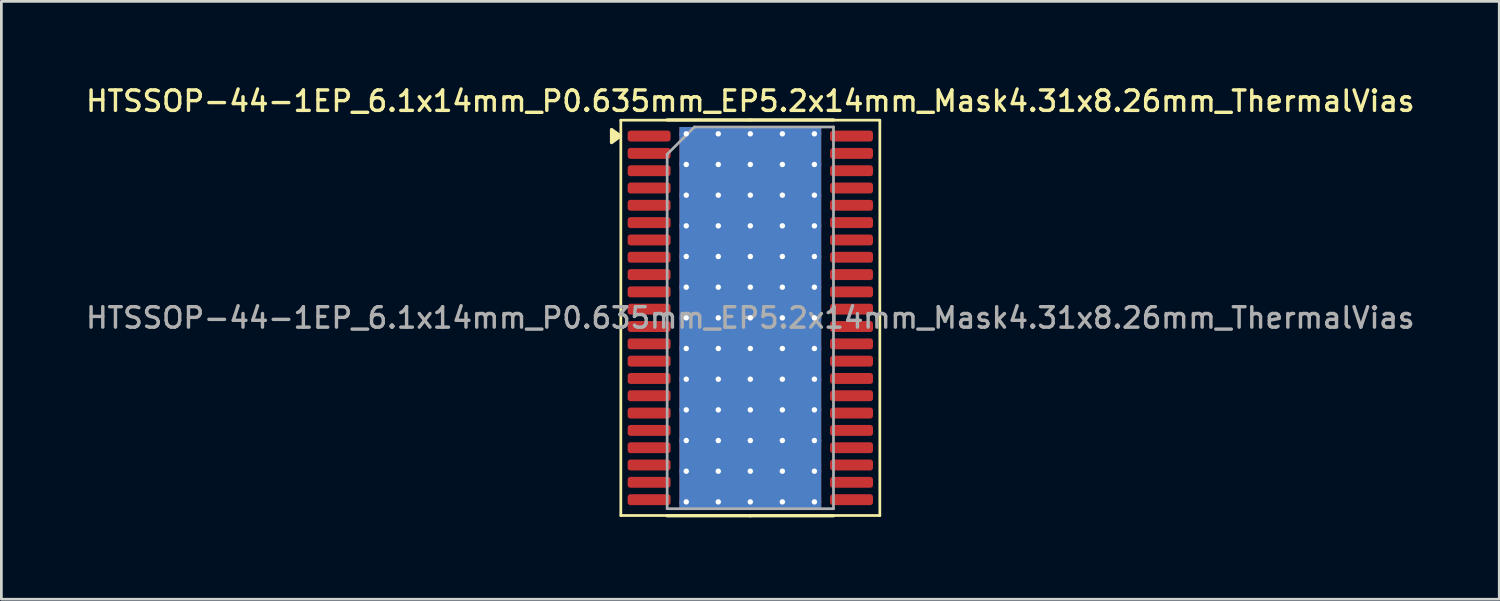
<source format=kicad_pcb>
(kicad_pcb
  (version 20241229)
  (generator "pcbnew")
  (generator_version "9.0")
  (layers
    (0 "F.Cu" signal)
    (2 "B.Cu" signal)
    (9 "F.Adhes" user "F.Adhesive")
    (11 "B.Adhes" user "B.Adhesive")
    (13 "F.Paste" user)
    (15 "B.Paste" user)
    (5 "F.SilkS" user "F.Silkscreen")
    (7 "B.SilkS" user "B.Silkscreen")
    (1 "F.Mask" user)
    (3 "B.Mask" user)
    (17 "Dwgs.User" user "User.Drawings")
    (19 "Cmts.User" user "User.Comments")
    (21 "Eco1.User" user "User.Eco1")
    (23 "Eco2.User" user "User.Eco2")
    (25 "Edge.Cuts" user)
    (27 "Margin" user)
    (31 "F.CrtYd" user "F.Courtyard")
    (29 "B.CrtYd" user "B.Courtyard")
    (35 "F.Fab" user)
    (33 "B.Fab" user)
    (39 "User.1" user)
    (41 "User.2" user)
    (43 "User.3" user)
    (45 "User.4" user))
  (footprint "HTSSOP-44-1EP_6.1x14mm_P0.635mm_EP5.2x14mm_Mask4.31x8.26mm_ThermalVias"
    (layer "F.Cu")
    (at 24.47 8.608)
    (property "Reference" "HTSSOP-44-1EP_6.1x14mm_P0.635mm_EP5.2x14mm_Mask4.31x8.26mm_ThermalVias" (at 0 -7.95 0) (layer "F.SilkS") (effects (font (size 0.75 0.75) (thickness 0.125))))
    (attr smd)
    (fp_line (start -4.75 -7.25) (end -4.75 7.25) (stroke (width 0.1) (type solid)) (layer "F.SilkS"))
    (fp_line (start -4.75 7.25) (end 4.75 7.25) (stroke (width 0.1) (type solid)) (layer "F.SilkS"))
    (fp_line (start 0 -7.26) (end -3.05 -7.26) (stroke (width 0.12) (type solid)) (layer "F.SilkS"))
    (fp_line (start 0 -7.26) (end 3.05 -7.26) (stroke (width 0.12) (type solid)) (layer "F.SilkS"))
    (fp_line (start 0 7.26) (end -3.05 7.26) (stroke (width 0.12) (type solid)) (layer "F.SilkS"))
    (fp_line (start 0 7.26) (end 3.05 7.26) (stroke (width 0.12) (type solid)) (layer "F.SilkS"))
    (fp_line (start 4.75 -7.25) (end -4.75 -7.25) (stroke (width 0.1) (type solid)) (layer "F.SilkS"))
    (fp_line (start 4.75 7.25) (end 4.75 -7.25) (stroke (width 0.1) (type solid)) (layer "F.SilkS"))
    (fp_poly (pts (xy -4.76 -6.668) (xy -5.09 -6.907) (xy -5.09 -6.428) (xy -4.76 -6.668)) (stroke (width 0.12) (type solid)) (fill yes) (layer "F.SilkS"))
    (fp_line (start -3.05 -6) (end -2.05 -7) (stroke (width 0.1) (type solid)) (layer "F.Fab"))
    (fp_line (start -3.05 7) (end -3.05 -6) (stroke (width 0.1) (type solid)) (layer "F.Fab"))
    (fp_line (start -2.05 -7) (end 3.05 -7) (stroke (width 0.1) (type solid)) (layer "F.Fab"))
    (fp_line (start 3.05 -7) (end 3.05 7) (stroke (width 0.1) (type solid)) (layer "F.Fab"))
    (fp_line (start 3.05 7) (end -3.05 7) (stroke (width 0.1) (type solid)) (layer "F.Fab"))
    (fp_text user "${REFERENCE}" (at 0 0 0) (layer "F.Fab") (effects (font (size 0.75 0.75) (thickness 0.125))))
    (pad "" smd roundrect (at -1.075 -2.75) (size 1.74 2.22) (layers "F.Paste") (roundrect_rratio 0.144))
    (pad "" smd roundrect (at -1.075 0) (size 1.74 2.22) (layers "F.Paste") (roundrect_rratio 0.144))
    (pad "" smd roundrect (at -1.075 2.75) (size 1.74 2.22) (layers "F.Paste") (roundrect_rratio 0.144))
    (pad "" smd rect (at 0 0) (size 4.31 8.26) (layers "F.Mask"))
    (pad "" smd roundrect (at 1.075 -2.75) (size 1.74 2.22) (layers "F.Paste") (roundrect_rratio 0.144))
    (pad "" smd roundrect (at 1.075 0) (size 1.74 2.22) (layers "F.Paste") (roundrect_rratio 0.144))
    (pad "" smd roundrect (at 1.075 2.75) (size 1.74 2.22) (layers "F.Paste") (roundrect_rratio 0.144))
    (pad "1" smd roundrect (at -3.712 -6.668) (size 1.575 0.4) (layers "F.Cu" "F.Mask" "F.Paste") (roundrect_rratio 0.25))
    (pad "2" smd roundrect (at -3.712 -6.032) (size 1.575 0.4) (layers "F.Cu" "F.Mask" "F.Paste") (roundrect_rratio 0.25))
    (pad "3" smd roundrect (at -3.712 -5.397) (size 1.575 0.4) (layers "F.Cu" "F.Mask" "F.Paste") (roundrect_rratio 0.25))
    (pad "4" smd roundrect (at -3.712 -4.763) (size 1.575 0.4) (layers "F.Cu" "F.Mask" "F.Paste") (roundrect_rratio 0.25))
    (pad "5" smd roundrect (at -3.712 -4.128) (size 1.575 0.4) (layers "F.Cu" "F.Mask" "F.Paste") (roundrect_rratio 0.25))
    (pad "6" smd roundrect (at -3.712 -3.493) (size 1.575 0.4) (layers "F.Cu" "F.Mask" "F.Paste") (roundrect_rratio 0.25))
    (pad "7" smd roundrect (at -3.712 -2.857) (size 1.575 0.4) (layers "F.Cu" "F.Mask" "F.Paste") (roundrect_rratio 0.25))
    (pad "8" smd roundrect (at -3.712 -2.223) (size 1.575 0.4) (layers "F.Cu" "F.Mask" "F.Paste") (roundrect_rratio 0.25))
    (pad "9" smd roundrect (at -3.712 -1.587) (size 1.575 0.4) (layers "F.Cu" "F.Mask" "F.Paste") (roundrect_rratio 0.25))
    (pad "10" smd roundrect (at -3.712 -0.953) (size 1.575 0.4) (layers "F.Cu" "F.Mask" "F.Paste") (roundrect_rratio 0.25))
    (pad "11" smd roundrect (at -3.712 -0.318) (size 1.575 0.4) (layers "F.Cu" "F.Mask" "F.Paste") (roundrect_rratio 0.25))
    (pad "12" smd roundrect (at -3.712 0.318) (size 1.575 0.4) (layers "F.Cu" "F.Mask" "F.Paste") (roundrect_rratio 0.25))
    (pad "13" smd roundrect (at -3.712 0.953) (size 1.575 0.4) (layers "F.Cu" "F.Mask" "F.Paste") (roundrect_rratio 0.25))
    (pad "14" smd roundrect (at -3.712 1.587) (size 1.575 0.4) (layers "F.Cu" "F.Mask" "F.Paste") (roundrect_rratio 0.25))
    (pad "15" smd roundrect (at -3.712 2.223) (size 1.575 0.4) (layers "F.Cu" "F.Mask" "F.Paste") (roundrect_rratio 0.25))
    (pad "16" smd roundrect (at -3.712 2.857) (size 1.575 0.4) (layers "F.Cu" "F.Mask" "F.Paste") (roundrect_rratio 0.25))
    (pad "17" smd roundrect (at -3.712 3.493) (size 1.575 0.4) (layers "F.Cu" "F.Mask" "F.Paste") (roundrect_rratio 0.25))
    (pad "18" smd roundrect (at -3.712 4.128) (size 1.575 0.4) (layers "F.Cu" "F.Mask" "F.Paste") (roundrect_rratio 0.25))
    (pad "19" smd roundrect (at -3.712 4.763) (size 1.575 0.4) (layers "F.Cu" "F.Mask" "F.Paste") (roundrect_rratio 0.25))
    (pad "20" smd roundrect (at -3.712 5.397) (size 1.575 0.4) (layers "F.Cu" "F.Mask" "F.Paste") (roundrect_rratio 0.25))
    (pad "21" smd roundrect (at -3.712 6.032) (size 1.575 0.4) (layers "F.Cu" "F.Mask" "F.Paste") (roundrect_rratio 0.25))
    (pad "22" smd roundrect (at -3.712 6.668) (size 1.575 0.4) (layers "F.Cu" "F.Mask" "F.Paste") (roundrect_rratio 0.25))
    (pad "23" smd roundrect (at 3.712 6.668) (size 1.575 0.4) (layers "F.Cu" "F.Mask" "F.Paste") (roundrect_rratio 0.25))
    (pad "24" smd roundrect (at 3.712 6.032) (size 1.575 0.4) (layers "F.Cu" "F.Mask" "F.Paste") (roundrect_rratio 0.25))
    (pad "25" smd roundrect (at 3.712 5.397) (size 1.575 0.4) (layers "F.Cu" "F.Mask" "F.Paste") (roundrect_rratio 0.25))
    (pad "26" smd roundrect (at 3.712 4.763) (size 1.575 0.4) (layers "F.Cu" "F.Mask" "F.Paste") (roundrect_rratio 0.25))
    (pad "27" smd roundrect (at 3.712 4.128) (size 1.575 0.4) (layers "F.Cu" "F.Mask" "F.Paste") (roundrect_rratio 0.25))
    (pad "28" smd roundrect (at 3.712 3.493) (size 1.575 0.4) (layers "F.Cu" "F.Mask" "F.Paste") (roundrect_rratio 0.25))
    (pad "29" smd roundrect (at 3.712 2.857) (size 1.575 0.4) (layers "F.Cu" "F.Mask" "F.Paste") (roundrect_rratio 0.25))
    (pad "30" smd roundrect (at 3.712 2.223) (size 1.575 0.4) (layers "F.Cu" "F.Mask" "F.Paste") (roundrect_rratio 0.25))
    (pad "31" smd roundrect (at 3.712 1.587) (size 1.575 0.4) (layers "F.Cu" "F.Mask" "F.Paste") (roundrect_rratio 0.25))
    (pad "32" smd roundrect (at 3.712 0.953) (size 1.575 0.4) (layers "F.Cu" "F.Mask" "F.Paste") (roundrect_rratio 0.25))
    (pad "33" smd roundrect (at 3.712 0.318) (size 1.575 0.4) (layers "F.Cu" "F.Mask" "F.Paste") (roundrect_rratio 0.25))
    (pad "34" smd roundrect (at 3.712 -0.318) (size 1.575 0.4) (layers "F.Cu" "F.Mask" "F.Paste") (roundrect_rratio 0.25))
    (pad "35" smd roundrect (at 3.712 -0.953) (size 1.575 0.4) (layers "F.Cu" "F.Mask" "F.Paste") (roundrect_rratio 0.25))
    (pad "36" smd roundrect (at 3.712 -1.587) (size 1.575 0.4) (layers "F.Cu" "F.Mask" "F.Paste") (roundrect_rratio 0.25))
    (pad "37" smd roundrect (at 3.712 -2.223) (size 1.575 0.4) (layers "F.Cu" "F.Mask" "F.Paste") (roundrect_rratio 0.25))
    (pad "38" smd roundrect (at 3.712 -2.857) (size 1.575 0.4) (layers "F.Cu" "F.Mask" "F.Paste") (roundrect_rratio 0.25))
    (pad "39" smd roundrect (at 3.712 -3.493) (size 1.575 0.4) (layers "F.Cu" "F.Mask" "F.Paste") (roundrect_rratio 0.25))
    (pad "40" smd roundrect (at 3.712 -4.128) (size 1.575 0.4) (layers "F.Cu" "F.Mask" "F.Paste") (roundrect_rratio 0.25))
    (pad "41" smd roundrect (at 3.712 -4.763) (size 1.575 0.4) (layers "F.Cu" "F.Mask" "F.Paste") (roundrect_rratio 0.25))
    (pad "42" smd roundrect (at 3.712 -5.397) (size 1.575 0.4) (layers "F.Cu" "F.Mask" "F.Paste") (roundrect_rratio 0.25))
    (pad "43" smd roundrect (at 3.712 -6.032) (size 1.575 0.4) (layers "F.Cu" "F.Mask" "F.Paste") (roundrect_rratio 0.25))
    (pad "44" smd roundrect (at 3.712 -6.668) (size 1.575 0.4) (layers "F.Cu" "F.Mask" "F.Paste") (roundrect_rratio 0.25))
    (pad "45" thru_hole circle (at -2.35 -6.75) (size 0.5 0.5) (drill 0.2) (property pad_prop_heatsink) (layers "*.Cu"))
    (pad "45" thru_hole circle (at -2.35 -5.625) (size 0.5 0.5) (drill 0.2) (property pad_prop_heatsink) (layers "*.Cu"))
    (pad "45" thru_hole circle (at -2.35 -4.5) (size 0.5 0.5) (drill 0.2) (property pad_prop_heatsink) (layers "*.Cu"))
    (pad "45" thru_hole circle (at -2.35 -3.375) (size 0.5 0.5) (drill 0.2) (property pad_prop_heatsink) (layers "*.Cu"))
    (pad "45" thru_hole circle (at -2.35 -2.25) (size 0.5 0.5) (drill 0.2) (property pad_prop_heatsink) (layers "*.Cu"))
    (pad "45" thru_hole circle (at -2.35 -1.125) (size 0.5 0.5) (drill 0.2) (property pad_prop_heatsink) (layers "*.Cu"))
    (pad "45" thru_hole circle (at -2.35 0) (size 0.5 0.5) (drill 0.2) (property pad_prop_heatsink) (layers "*.Cu"))
    (pad "45" thru_hole circle (at -2.35 1.125) (size 0.5 0.5) (drill 0.2) (property pad_prop_heatsink) (layers "*.Cu"))
    (pad "45" thru_hole circle (at -2.35 2.25) (size 0.5 0.5) (drill 0.2) (property pad_prop_heatsink) (layers "*.Cu"))
    (pad "45" thru_hole circle (at -2.35 3.375) (size 0.5 0.5) (drill 0.2) (property pad_prop_heatsink) (layers "*.Cu"))
    (pad "45" thru_hole circle (at -2.35 4.5) (size 0.5 0.5) (drill 0.2) (property pad_prop_heatsink) (layers "*.Cu"))
    (pad "45" thru_hole circle (at -2.35 5.625) (size 0.5 0.5) (drill 0.2) (property pad_prop_heatsink) (layers "*.Cu"))
    (pad "45" thru_hole circle (at -2.35 6.75) (size 0.5 0.5) (drill 0.2) (property pad_prop_heatsink) (layers "*.Cu"))
    (pad "45" thru_hole circle (at -1.175 -6.75) (size 0.5 0.5) (drill 0.2) (property pad_prop_heatsink) (layers "*.Cu"))
    (pad "45" thru_hole circle (at -1.175 -5.625) (size 0.5 0.5) (drill 0.2) (property pad_prop_heatsink) (layers "*.Cu"))
    (pad "45" thru_hole circle (at -1.175 -4.5) (size 0.5 0.5) (drill 0.2) (property pad_prop_heatsink) (layers "*.Cu"))
    (pad "45" thru_hole circle (at -1.175 -3.375) (size 0.5 0.5) (drill 0.2) (property pad_prop_heatsink) (layers "*.Cu"))
    (pad "45" thru_hole circle (at -1.175 -2.25) (size 0.5 0.5) (drill 0.2) (property pad_prop_heatsink) (layers "*.Cu"))
    (pad "45" thru_hole circle (at -1.175 -1.125) (size 0.5 0.5) (drill 0.2) (property pad_prop_heatsink) (layers "*.Cu"))
    (pad "45" thru_hole circle (at -1.175 0) (size 0.5 0.5) (drill 0.2) (property pad_prop_heatsink) (layers "*.Cu"))
    (pad "45" thru_hole circle (at -1.175 1.125) (size 0.5 0.5) (drill 0.2) (property pad_prop_heatsink) (layers "*.Cu"))
    (pad "45" thru_hole circle (at -1.175 2.25) (size 0.5 0.5) (drill 0.2) (property pad_prop_heatsink) (layers "*.Cu"))
    (pad "45" thru_hole circle (at -1.175 3.375) (size 0.5 0.5) (drill 0.2) (property pad_prop_heatsink) (layers "*.Cu"))
    (pad "45" thru_hole circle (at -1.175 4.5) (size 0.5 0.5) (drill 0.2) (property pad_prop_heatsink) (layers "*.Cu"))
    (pad "45" thru_hole circle (at -1.175 5.625) (size 0.5 0.5) (drill 0.2) (property pad_prop_heatsink) (layers "*.Cu"))
    (pad "45" thru_hole circle (at -1.175 6.75) (size 0.5 0.5) (drill 0.2) (property pad_prop_heatsink) (layers "*.Cu"))
    (pad "45" thru_hole circle (at 0 -6.75) (size 0.5 0.5) (drill 0.2) (property pad_prop_heatsink) (layers "*.Cu"))
    (pad "45" thru_hole circle (at 0 -5.625) (size 0.5 0.5) (drill 0.2) (property pad_prop_heatsink) (layers "*.Cu"))
    (pad "45" thru_hole circle (at 0 -4.5) (size 0.5 0.5) (drill 0.2) (property pad_prop_heatsink) (layers "*.Cu"))
    (pad "45" thru_hole circle (at 0 -3.375) (size 0.5 0.5) (drill 0.2) (property pad_prop_heatsink) (layers "*.Cu"))
    (pad "45" thru_hole circle (at 0 -2.25) (size 0.5 0.5) (drill 0.2) (property pad_prop_heatsink) (layers "*.Cu"))
    (pad "45" thru_hole circle (at 0 -1.125) (size 0.5 0.5) (drill 0.2) (property pad_prop_heatsink) (layers "*.Cu"))
    (pad "45" thru_hole circle (at 0 0) (size 0.5 0.5) (drill 0.2) (property pad_prop_heatsink) (layers "*.Cu"))
    (pad "45" smd rect (at 0 0) (size 5.2 14) (property pad_prop_heatsink) (layers "F.Cu"))
    (pad "45" smd rect (at 0 0) (size 5.2 14) (property pad_prop_heatsink) (layers "B.Cu"))
    (pad "45" thru_hole circle (at 0 1.125) (size 0.5 0.5) (drill 0.2) (property pad_prop_heatsink) (layers "*.Cu"))
    (pad "45" thru_hole circle (at 0 2.25) (size 0.5 0.5) (drill 0.2) (property pad_prop_heatsink) (layers "*.Cu"))
    (pad "45" thru_hole circle (at 0 3.375) (size 0.5 0.5) (drill 0.2) (property pad_prop_heatsink) (layers "*.Cu"))
    (pad "45" thru_hole circle (at 0 4.5) (size 0.5 0.5) (drill 0.2) (property pad_prop_heatsink) (layers "*.Cu"))
    (pad "45" thru_hole circle (at 0 5.625) (size 0.5 0.5) (drill 0.2) (property pad_prop_heatsink) (layers "*.Cu"))
    (pad "45" thru_hole circle (at 0 6.75) (size 0.5 0.5) (drill 0.2) (property pad_prop_heatsink) (layers "*.Cu"))
    (pad "45" thru_hole circle (at 1.175 -6.75) (size 0.5 0.5) (drill 0.2) (property pad_prop_heatsink) (layers "*.Cu"))
    (pad "45" thru_hole circle (at 1.175 -5.625) (size 0.5 0.5) (drill 0.2) (property pad_prop_heatsink) (layers "*.Cu"))
    (pad "45" thru_hole circle (at 1.175 -4.5) (size 0.5 0.5) (drill 0.2) (property pad_prop_heatsink) (layers "*.Cu"))
    (pad "45" thru_hole circle (at 1.175 -3.375) (size 0.5 0.5) (drill 0.2) (property pad_prop_heatsink) (layers "*.Cu"))
    (pad "45" thru_hole circle (at 1.175 -2.25) (size 0.5 0.5) (drill 0.2) (property pad_prop_heatsink) (layers "*.Cu"))
    (pad "45" thru_hole circle (at 1.175 -1.125) (size 0.5 0.5) (drill 0.2) (property pad_prop_heatsink) (layers "*.Cu"))
    (pad "45" thru_hole circle (at 1.175 0) (size 0.5 0.5) (drill 0.2) (property pad_prop_heatsink) (layers "*.Cu"))
    (pad "45" thru_hole circle (at 1.175 1.125) (size 0.5 0.5) (drill 0.2) (property pad_prop_heatsink) (layers "*.Cu"))
    (pad "45" thru_hole circle (at 1.175 2.25) (size 0.5 0.5) (drill 0.2) (property pad_prop_heatsink) (layers "*.Cu"))
    (pad "45" thru_hole circle (at 1.175 3.375) (size 0.5 0.5) (drill 0.2) (property pad_prop_heatsink) (layers "*.Cu"))
    (pad "45" thru_hole circle (at 1.175 4.5) (size 0.5 0.5) (drill 0.2) (property pad_prop_heatsink) (layers "*.Cu"))
    (pad "45" thru_hole circle (at 1.175 5.625) (size 0.5 0.5) (drill 0.2) (property pad_prop_heatsink) (layers "*.Cu"))
    (pad "45" thru_hole circle (at 1.175 6.75) (size 0.5 0.5) (drill 0.2) (property pad_prop_heatsink) (layers "*.Cu"))
    (pad "45" thru_hole circle (at 2.35 -6.75) (size 0.5 0.5) (drill 0.2) (property pad_prop_heatsink) (layers "*.Cu"))
    (pad "45" thru_hole circle (at 2.35 -5.625) (size 0.5 0.5) (drill 0.2) (property pad_prop_heatsink) (layers "*.Cu"))
    (pad "45" thru_hole circle (at 2.35 -4.5) (size 0.5 0.5) (drill 0.2) (property pad_prop_heatsink) (layers "*.Cu"))
    (pad "45" thru_hole circle (at 2.35 -3.375) (size 0.5 0.5) (drill 0.2) (property pad_prop_heatsink) (layers "*.Cu"))
    (pad "45" thru_hole circle (at 2.35 -2.25) (size 0.5 0.5) (drill 0.2) (property pad_prop_heatsink) (layers "*.Cu"))
    (pad "45" thru_hole circle (at 2.35 -1.125) (size 0.5 0.5) (drill 0.2) (property pad_prop_heatsink) (layers "*.Cu"))
    (pad "45" thru_hole circle (at 2.35 0) (size 0.5 0.5) (drill 0.2) (property pad_prop_heatsink) (layers "*.Cu"))
    (pad "45" thru_hole circle (at 2.35 1.125) (size 0.5 0.5) (drill 0.2) (property pad_prop_heatsink) (layers "*.Cu"))
    (pad "45" thru_hole circle (at 2.35 2.25) (size 0.5 0.5) (drill 0.2) (property pad_prop_heatsink) (layers "*.Cu"))
    (pad "45" thru_hole circle (at 2.35 3.375) (size 0.5 0.5) (drill 0.2) (property pad_prop_heatsink) (layers "*.Cu"))
    (pad "45" thru_hole circle (at 2.35 4.5) (size 0.5 0.5) (drill 0.2) (property pad_prop_heatsink) (layers "*.Cu"))
    (pad "45" thru_hole circle (at 2.35 5.625) (size 0.5 0.5) (drill 0.2) (property pad_prop_heatsink) (layers "*.Cu"))
    (pad "45" thru_hole circle (at 2.35 6.75) (size 0.5 0.5) (drill 0.2) (property pad_prop_heatsink) (layers "*.Cu")))
  (gr_rect
    (start -3 -3)
    (end 51.939 18.928)
    (stroke (width 0.1) (type default))
    (fill no)
    (layer "Edge.Cuts")))
</source>
